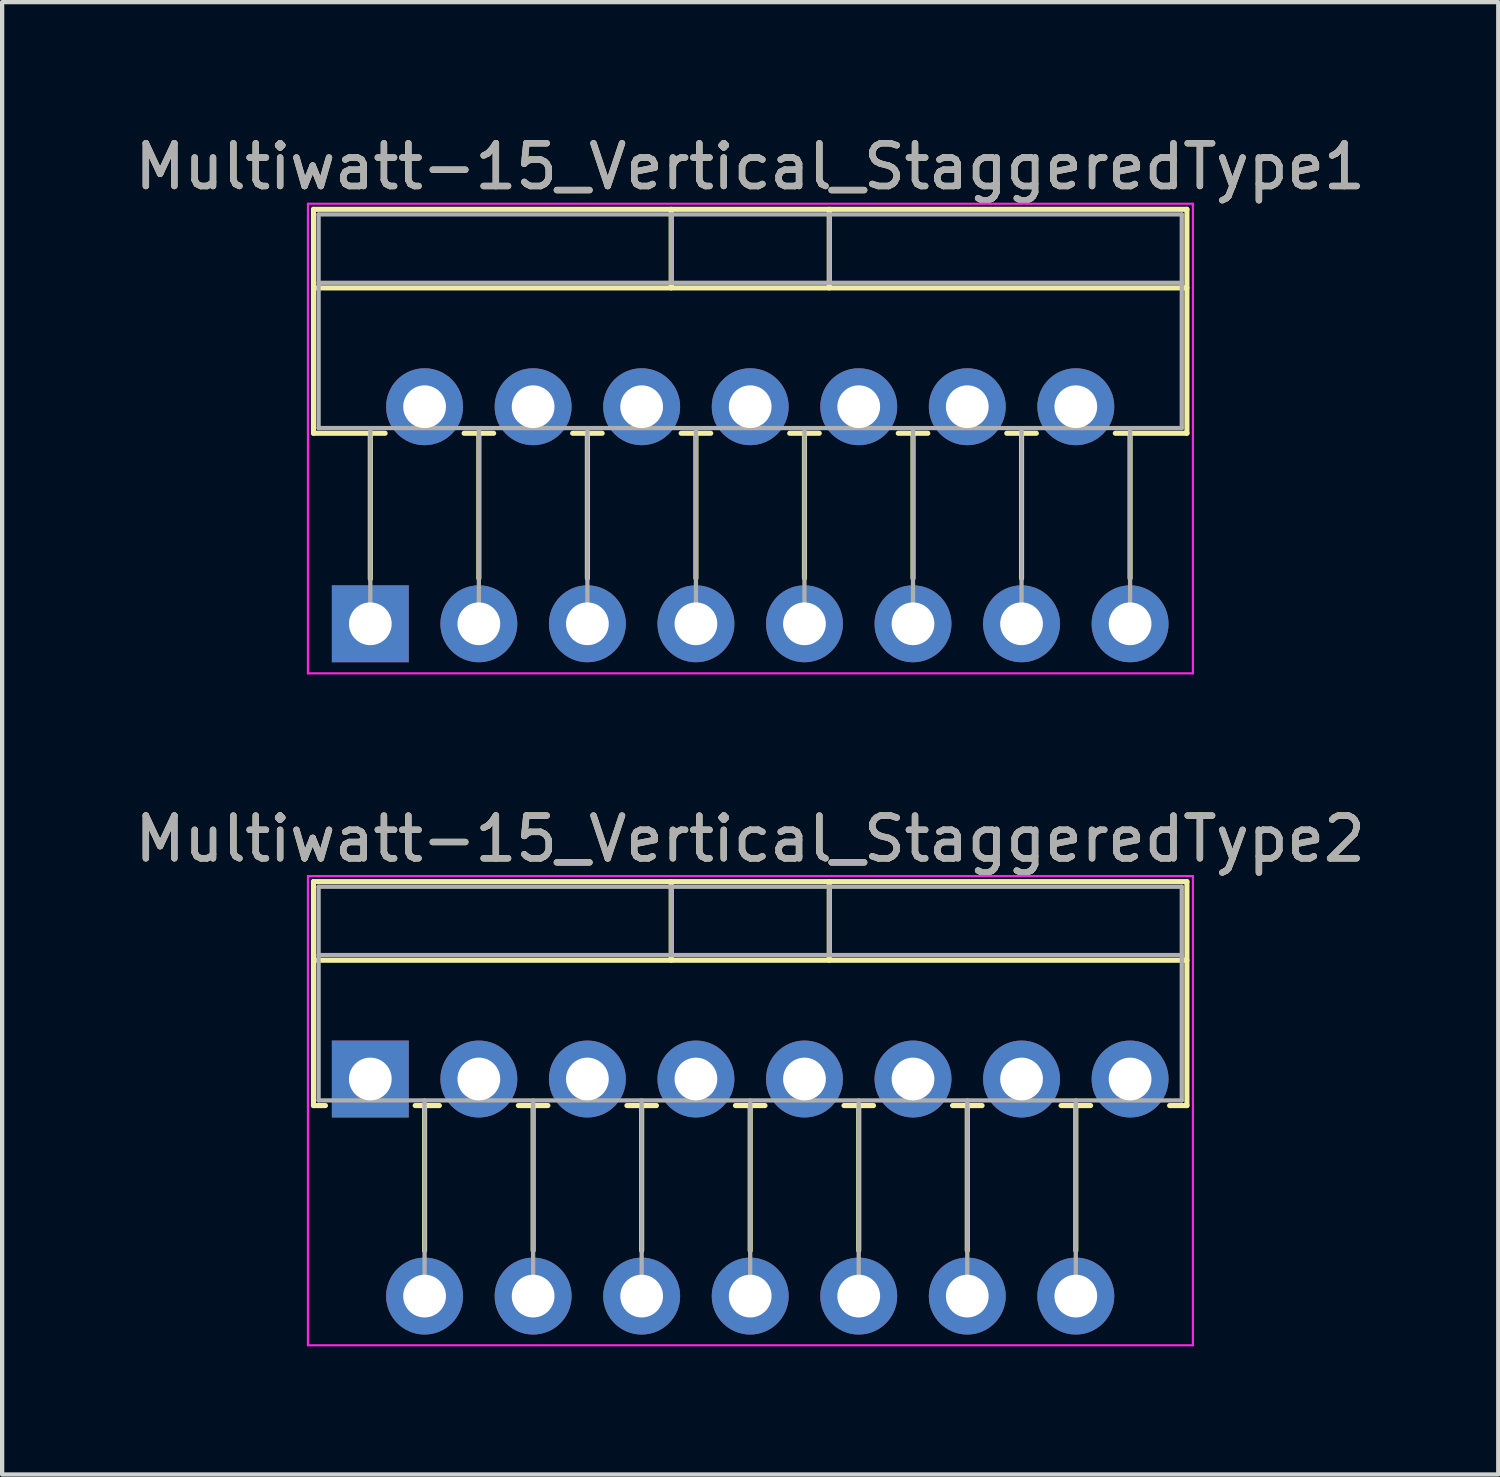
<source format=kicad_pcb>
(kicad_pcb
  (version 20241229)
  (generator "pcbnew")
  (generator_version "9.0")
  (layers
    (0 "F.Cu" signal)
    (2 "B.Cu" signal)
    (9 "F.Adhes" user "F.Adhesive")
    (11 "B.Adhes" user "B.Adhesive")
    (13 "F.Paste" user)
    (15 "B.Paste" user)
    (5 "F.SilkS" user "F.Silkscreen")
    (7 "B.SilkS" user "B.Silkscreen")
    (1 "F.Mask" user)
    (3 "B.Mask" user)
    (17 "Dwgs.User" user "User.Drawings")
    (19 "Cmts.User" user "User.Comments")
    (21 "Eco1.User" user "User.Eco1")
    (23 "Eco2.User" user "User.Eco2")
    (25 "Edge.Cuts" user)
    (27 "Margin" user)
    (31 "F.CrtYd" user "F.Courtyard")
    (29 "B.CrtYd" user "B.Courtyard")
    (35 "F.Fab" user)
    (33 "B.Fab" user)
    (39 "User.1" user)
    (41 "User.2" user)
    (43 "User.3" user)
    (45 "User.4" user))
  (footprint "Multiwatt-15_Vertical_StaggeredType2"
    (layer "F.Cu")
    (at 5.616 22.201)
    (property "Reference" "Multiwatt-15_Vertical_StaggeredType2" (at 8.89 -5.62 0) (layer "F.SilkS") (effects (font (size 1 1) (thickness 0.15))))
    (attr through_hole)
    (fp_line (start -1.33 -4.62) (end -1.33 0.621) (stroke (width 0.12) (type solid)) (layer "F.SilkS"))
    (fp_line (start -1.33 -4.62) (end 19.11 -4.62) (stroke (width 0.12) (type solid)) (layer "F.SilkS"))
    (fp_line (start -1.33 -2.78) (end 19.11 -2.78) (stroke (width 0.12) (type solid)) (layer "F.SilkS"))
    (fp_line (start -1.33 0.621) (end -1.05 0.621) (stroke (width 0.12) (type solid)) (layer "F.SilkS"))
    (fp_line (start 1.05 0.621) (end 1.616 0.621) (stroke (width 0.12) (type solid)) (layer "F.SilkS"))
    (fp_line (start 1.27 0.621) (end 1.27 4.015) (stroke (width 0.12) (type solid)) (layer "F.SilkS"))
    (fp_line (start 3.465 0.621) (end 4.156 0.621) (stroke (width 0.12) (type solid)) (layer "F.SilkS"))
    (fp_line (start 3.81 0.621) (end 3.81 4.015) (stroke (width 0.12) (type solid)) (layer "F.SilkS"))
    (fp_line (start 6.005 0.621) (end 6.696 0.621) (stroke (width 0.12) (type solid)) (layer "F.SilkS"))
    (fp_line (start 6.35 0.621) (end 6.35 4.015) (stroke (width 0.12) (type solid)) (layer "F.SilkS"))
    (fp_line (start 7.041 -4.62) (end 7.041 -2.78) (stroke (width 0.12) (type solid)) (layer "F.SilkS"))
    (fp_line (start 8.545 0.621) (end 9.236 0.621) (stroke (width 0.12) (type solid)) (layer "F.SilkS"))
    (fp_line (start 8.89 0.621) (end 8.89 4.015) (stroke (width 0.12) (type solid)) (layer "F.SilkS"))
    (fp_line (start 10.74 -4.62) (end 10.74 -2.78) (stroke (width 0.12) (type solid)) (layer "F.SilkS"))
    (fp_line (start 11.085 0.621) (end 11.776 0.621) (stroke (width 0.12) (type solid)) (layer "F.SilkS"))
    (fp_line (start 11.43 0.621) (end 11.43 4.015) (stroke (width 0.12) (type solid)) (layer "F.SilkS"))
    (fp_line (start 13.625 0.621) (end 14.316 0.621) (stroke (width 0.12) (type solid)) (layer "F.SilkS"))
    (fp_line (start 13.97 0.621) (end 13.97 4.015) (stroke (width 0.12) (type solid)) (layer "F.SilkS"))
    (fp_line (start 16.165 0.621) (end 16.856 0.621) (stroke (width 0.12) (type solid)) (layer "F.SilkS"))
    (fp_line (start 16.51 0.621) (end 16.51 4.015) (stroke (width 0.12) (type solid)) (layer "F.SilkS"))
    (fp_line (start 18.705 0.621) (end 19.11 0.621) (stroke (width 0.12) (type solid)) (layer "F.SilkS"))
    (fp_line (start 19.11 -4.62) (end 19.11 0.621) (stroke (width 0.12) (type solid)) (layer "F.SilkS"))
    (fp_line (start -1.46 -4.75) (end -1.46 6.23) (stroke (width 0.05) (type solid)) (layer "F.CrtYd"))
    (fp_line (start -1.46 6.23) (end 19.25 6.23) (stroke (width 0.05) (type solid)) (layer "F.CrtYd"))
    (fp_line (start 19.25 -4.75) (end -1.46 -4.75) (stroke (width 0.05) (type solid)) (layer "F.CrtYd"))
    (fp_line (start 19.25 6.23) (end 19.25 -4.75) (stroke (width 0.05) (type solid)) (layer "F.CrtYd"))
    (fp_line (start -1.21 -4.5) (end -1.21 0.5) (stroke (width 0.1) (type solid)) (layer "F.Fab"))
    (fp_line (start -1.21 -2.9) (end 18.99 -2.9) (stroke (width 0.1) (type solid)) (layer "F.Fab"))
    (fp_line (start -1.21 0.5) (end 18.99 0.5) (stroke (width 0.1) (type solid)) (layer "F.Fab"))
    (fp_line (start 1.27 0.5) (end 1.27 5.08) (stroke (width 0.1) (type solid)) (layer "F.Fab"))
    (fp_line (start 3.81 0.5) (end 3.81 5.08) (stroke (width 0.1) (type solid)) (layer "F.Fab"))
    (fp_line (start 6.35 0.5) (end 6.35 5.08) (stroke (width 0.1) (type solid)) (layer "F.Fab"))
    (fp_line (start 7.04 -4.5) (end 7.04 -2.9) (stroke (width 0.1) (type solid)) (layer "F.Fab"))
    (fp_line (start 8.89 0.5) (end 8.89 5.08) (stroke (width 0.1) (type solid)) (layer "F.Fab"))
    (fp_line (start 10.74 -4.5) (end 10.74 -2.9) (stroke (width 0.1) (type solid)) (layer "F.Fab"))
    (fp_line (start 11.43 0.5) (end 11.43 5.08) (stroke (width 0.1) (type solid)) (layer "F.Fab"))
    (fp_line (start 13.97 0.5) (end 13.97 5.08) (stroke (width 0.1) (type solid)) (layer "F.Fab"))
    (fp_line (start 16.51 0.5) (end 16.51 5.08) (stroke (width 0.1) (type solid)) (layer "F.Fab"))
    (fp_line (start 18.99 -4.5) (end -1.21 -4.5) (stroke (width 0.1) (type solid)) (layer "F.Fab"))
    (fp_line (start 18.99 0.5) (end 18.99 -4.5) (stroke (width 0.1) (type solid)) (layer "F.Fab"))
    (fp_text user "${REFERENCE}" (at 8.89 -5.62 0) (layer "F.Fab") (effects (font (size 1 1) (thickness 0.15))))
    (pad "1" thru_hole rect (at 0 0) (size 1.8 1.8) (drill 1) (layers "*.Cu" "*.Mask"))
    (pad "2" thru_hole oval (at 1.27 5.08) (size 1.8 1.8) (drill 1) (layers "*.Cu" "*.Mask"))
    (pad "3" thru_hole oval (at 2.54 0) (size 1.8 1.8) (drill 1) (layers "*.Cu" "*.Mask"))
    (pad "4" thru_hole oval (at 3.81 5.08) (size 1.8 1.8) (drill 1) (layers "*.Cu" "*.Mask"))
    (pad "5" thru_hole oval (at 5.08 0) (size 1.8 1.8) (drill 1) (layers "*.Cu" "*.Mask"))
    (pad "6" thru_hole oval (at 6.35 5.08) (size 1.8 1.8) (drill 1) (layers "*.Cu" "*.Mask"))
    (pad "7" thru_hole oval (at 7.62 0) (size 1.8 1.8) (drill 1) (layers "*.Cu" "*.Mask"))
    (pad "8" thru_hole oval (at 8.89 5.08) (size 1.8 1.8) (drill 1) (layers "*.Cu" "*.Mask"))
    (pad "9" thru_hole oval (at 10.16 0) (size 1.8 1.8) (drill 1) (layers "*.Cu" "*.Mask"))
    (pad "10" thru_hole oval (at 11.43 5.08) (size 1.8 1.8) (drill 1) (layers "*.Cu" "*.Mask"))
    (pad "11" thru_hole oval (at 12.7 0) (size 1.8 1.8) (drill 1) (layers "*.Cu" "*.Mask"))
    (pad "12" thru_hole oval (at 13.97 5.08) (size 1.8 1.8) (drill 1) (layers "*.Cu" "*.Mask"))
    (pad "13" thru_hole oval (at 15.24 0) (size 1.8 1.8) (drill 1) (layers "*.Cu" "*.Mask"))
    (pad "14" thru_hole oval (at 16.51 5.08) (size 1.8 1.8) (drill 1) (layers "*.Cu" "*.Mask"))
    (pad "15" thru_hole oval (at 17.78 0) (size 1.8 1.8) (drill 1) (layers "*.Cu" "*.Mask")))
  (footprint "Multiwatt-15_Vertical_StaggeredType1"
    (layer "F.Cu")
    (at 5.616 11.548)
    (property "Reference" "Multiwatt-15_Vertical_StaggeredType1" (at 8.89 -10.7 0) (layer "F.SilkS") (effects (font (size 1 1) (thickness 0.15))))
    (attr through_hole)
    (fp_line (start -1.33 -9.7) (end -1.33 -4.459) (stroke (width 0.12) (type solid)) (layer "F.SilkS"))
    (fp_line (start -1.33 -9.7) (end 19.11 -9.7) (stroke (width 0.12) (type solid)) (layer "F.SilkS"))
    (fp_line (start -1.33 -7.86) (end 19.11 -7.86) (stroke (width 0.12) (type solid)) (layer "F.SilkS"))
    (fp_line (start -1.33 -4.459) (end 0.346 -4.459) (stroke (width 0.12) (type solid)) (layer "F.SilkS"))
    (fp_line (start 0 -4.459) (end 0 -1.05) (stroke (width 0.12) (type solid)) (layer "F.SilkS"))
    (fp_line (start 2.195 -4.459) (end 2.886 -4.459) (stroke (width 0.12) (type solid)) (layer "F.SilkS"))
    (fp_line (start 2.54 -4.459) (end 2.54 -1.065) (stroke (width 0.12) (type solid)) (layer "F.SilkS"))
    (fp_line (start 4.735 -4.459) (end 5.426 -4.459) (stroke (width 0.12) (type solid)) (layer "F.SilkS"))
    (fp_line (start 5.08 -4.459) (end 5.08 -1.065) (stroke (width 0.12) (type solid)) (layer "F.SilkS"))
    (fp_line (start 7.041 -9.7) (end 7.041 -7.86) (stroke (width 0.12) (type solid)) (layer "F.SilkS"))
    (fp_line (start 7.275 -4.459) (end 7.966 -4.459) (stroke (width 0.12) (type solid)) (layer "F.SilkS"))
    (fp_line (start 7.62 -4.459) (end 7.62 -1.065) (stroke (width 0.12) (type solid)) (layer "F.SilkS"))
    (fp_line (start 9.815 -4.459) (end 10.506 -4.459) (stroke (width 0.12) (type solid)) (layer "F.SilkS"))
    (fp_line (start 10.16 -4.459) (end 10.16 -1.065) (stroke (width 0.12) (type solid)) (layer "F.SilkS"))
    (fp_line (start 10.74 -9.7) (end 10.74 -7.86) (stroke (width 0.12) (type solid)) (layer "F.SilkS"))
    (fp_line (start 12.355 -4.459) (end 13.046 -4.459) (stroke (width 0.12) (type solid)) (layer "F.SilkS"))
    (fp_line (start 12.7 -4.459) (end 12.7 -1.065) (stroke (width 0.12) (type solid)) (layer "F.SilkS"))
    (fp_line (start 14.895 -4.459) (end 15.586 -4.459) (stroke (width 0.12) (type solid)) (layer "F.SilkS"))
    (fp_line (start 15.24 -4.459) (end 15.24 -1.065) (stroke (width 0.12) (type solid)) (layer "F.SilkS"))
    (fp_line (start 17.435 -4.459) (end 19.11 -4.459) (stroke (width 0.12) (type solid)) (layer "F.SilkS"))
    (fp_line (start 17.78 -4.459) (end 17.78 -1.065) (stroke (width 0.12) (type solid)) (layer "F.SilkS"))
    (fp_line (start 19.11 -9.7) (end 19.11 -4.459) (stroke (width 0.12) (type solid)) (layer "F.SilkS"))
    (fp_line (start -1.46 -9.83) (end -1.46 1.16) (stroke (width 0.05) (type solid)) (layer "F.CrtYd"))
    (fp_line (start -1.46 1.16) (end 19.25 1.16) (stroke (width 0.05) (type solid)) (layer "F.CrtYd"))
    (fp_line (start 19.25 -9.83) (end -1.46 -9.83) (stroke (width 0.05) (type solid)) (layer "F.CrtYd"))
    (fp_line (start 19.25 1.16) (end 19.25 -9.83) (stroke (width 0.05) (type solid)) (layer "F.CrtYd"))
    (fp_line (start -1.21 -9.58) (end -1.21 -4.58) (stroke (width 0.1) (type solid)) (layer "F.Fab"))
    (fp_line (start -1.21 -7.98) (end 18.99 -7.98) (stroke (width 0.1) (type solid)) (layer "F.Fab"))
    (fp_line (start -1.21 -4.58) (end 18.99 -4.58) (stroke (width 0.1) (type solid)) (layer "F.Fab"))
    (fp_line (start 0 -4.58) (end 0 0) (stroke (width 0.1) (type solid)) (layer "F.Fab"))
    (fp_line (start 2.54 -4.58) (end 2.54 0) (stroke (width 0.1) (type solid)) (layer "F.Fab"))
    (fp_line (start 5.08 -4.58) (end 5.08 0) (stroke (width 0.1) (type solid)) (layer "F.Fab"))
    (fp_line (start 7.04 -9.58) (end 7.04 -7.98) (stroke (width 0.1) (type solid)) (layer "F.Fab"))
    (fp_line (start 7.62 -4.58) (end 7.62 0) (stroke (width 0.1) (type solid)) (layer "F.Fab"))
    (fp_line (start 10.16 -4.58) (end 10.16 0) (stroke (width 0.1) (type solid)) (layer "F.Fab"))
    (fp_line (start 10.74 -9.58) (end 10.74 -7.98) (stroke (width 0.1) (type solid)) (layer "F.Fab"))
    (fp_line (start 12.7 -4.58) (end 12.7 0) (stroke (width 0.1) (type solid)) (layer "F.Fab"))
    (fp_line (start 15.24 -4.58) (end 15.24 0) (stroke (width 0.1) (type solid)) (layer "F.Fab"))
    (fp_line (start 17.78 -4.58) (end 17.78 0) (stroke (width 0.1) (type solid)) (layer "F.Fab"))
    (fp_line (start 18.99 -9.58) (end -1.21 -9.58) (stroke (width 0.1) (type solid)) (layer "F.Fab"))
    (fp_line (start 18.99 -4.58) (end 18.99 -9.58) (stroke (width 0.1) (type solid)) (layer "F.Fab"))
    (fp_text user "${REFERENCE}" (at 8.89 -10.7 0) (layer "F.Fab") (effects (font (size 1 1) (thickness 0.15))))
    (pad "1" thru_hole rect (at 0 0) (size 1.8 1.8) (drill 1) (layers "*.Cu" "*.Mask"))
    (pad "2" thru_hole oval (at 1.27 -5.08) (size 1.8 1.8) (drill 1) (layers "*.Cu" "*.Mask"))
    (pad "3" thru_hole oval (at 2.54 0) (size 1.8 1.8) (drill 1) (layers "*.Cu" "*.Mask"))
    (pad "4" thru_hole oval (at 3.81 -5.08) (size 1.8 1.8) (drill 1) (layers "*.Cu" "*.Mask"))
    (pad "5" thru_hole oval (at 5.08 0) (size 1.8 1.8) (drill 1) (layers "*.Cu" "*.Mask"))
    (pad "6" thru_hole oval (at 6.35 -5.08) (size 1.8 1.8) (drill 1) (layers "*.Cu" "*.Mask"))
    (pad "7" thru_hole oval (at 7.62 0) (size 1.8 1.8) (drill 1) (layers "*.Cu" "*.Mask"))
    (pad "8" thru_hole oval (at 8.89 -5.08) (size 1.8 1.8) (drill 1) (layers "*.Cu" "*.Mask"))
    (pad "9" thru_hole oval (at 10.16 0) (size 1.8 1.8) (drill 1) (layers "*.Cu" "*.Mask"))
    (pad "10" thru_hole oval (at 11.43 -5.08) (size 1.8 1.8) (drill 1) (layers "*.Cu" "*.Mask"))
    (pad "11" thru_hole oval (at 12.7 0) (size 1.8 1.8) (drill 1) (layers "*.Cu" "*.Mask"))
    (pad "12" thru_hole oval (at 13.97 -5.08) (size 1.8 1.8) (drill 1) (layers "*.Cu" "*.Mask"))
    (pad "13" thru_hole oval (at 15.24 0) (size 1.8 1.8) (drill 1) (layers "*.Cu" "*.Mask"))
    (pad "14" thru_hole oval (at 16.51 -5.08) (size 1.8 1.8) (drill 1) (layers "*.Cu" "*.Mask"))
    (pad "15" thru_hole oval (at 17.78 0) (size 1.8 1.8) (drill 1) (layers "*.Cu" "*.Mask")))
  (gr_rect
    (start -3 -3)
    (end 32.012 31.456)
    (stroke (width 0.1) (type default))
    (fill no)
    (layer "Edge.Cuts")))
</source>
